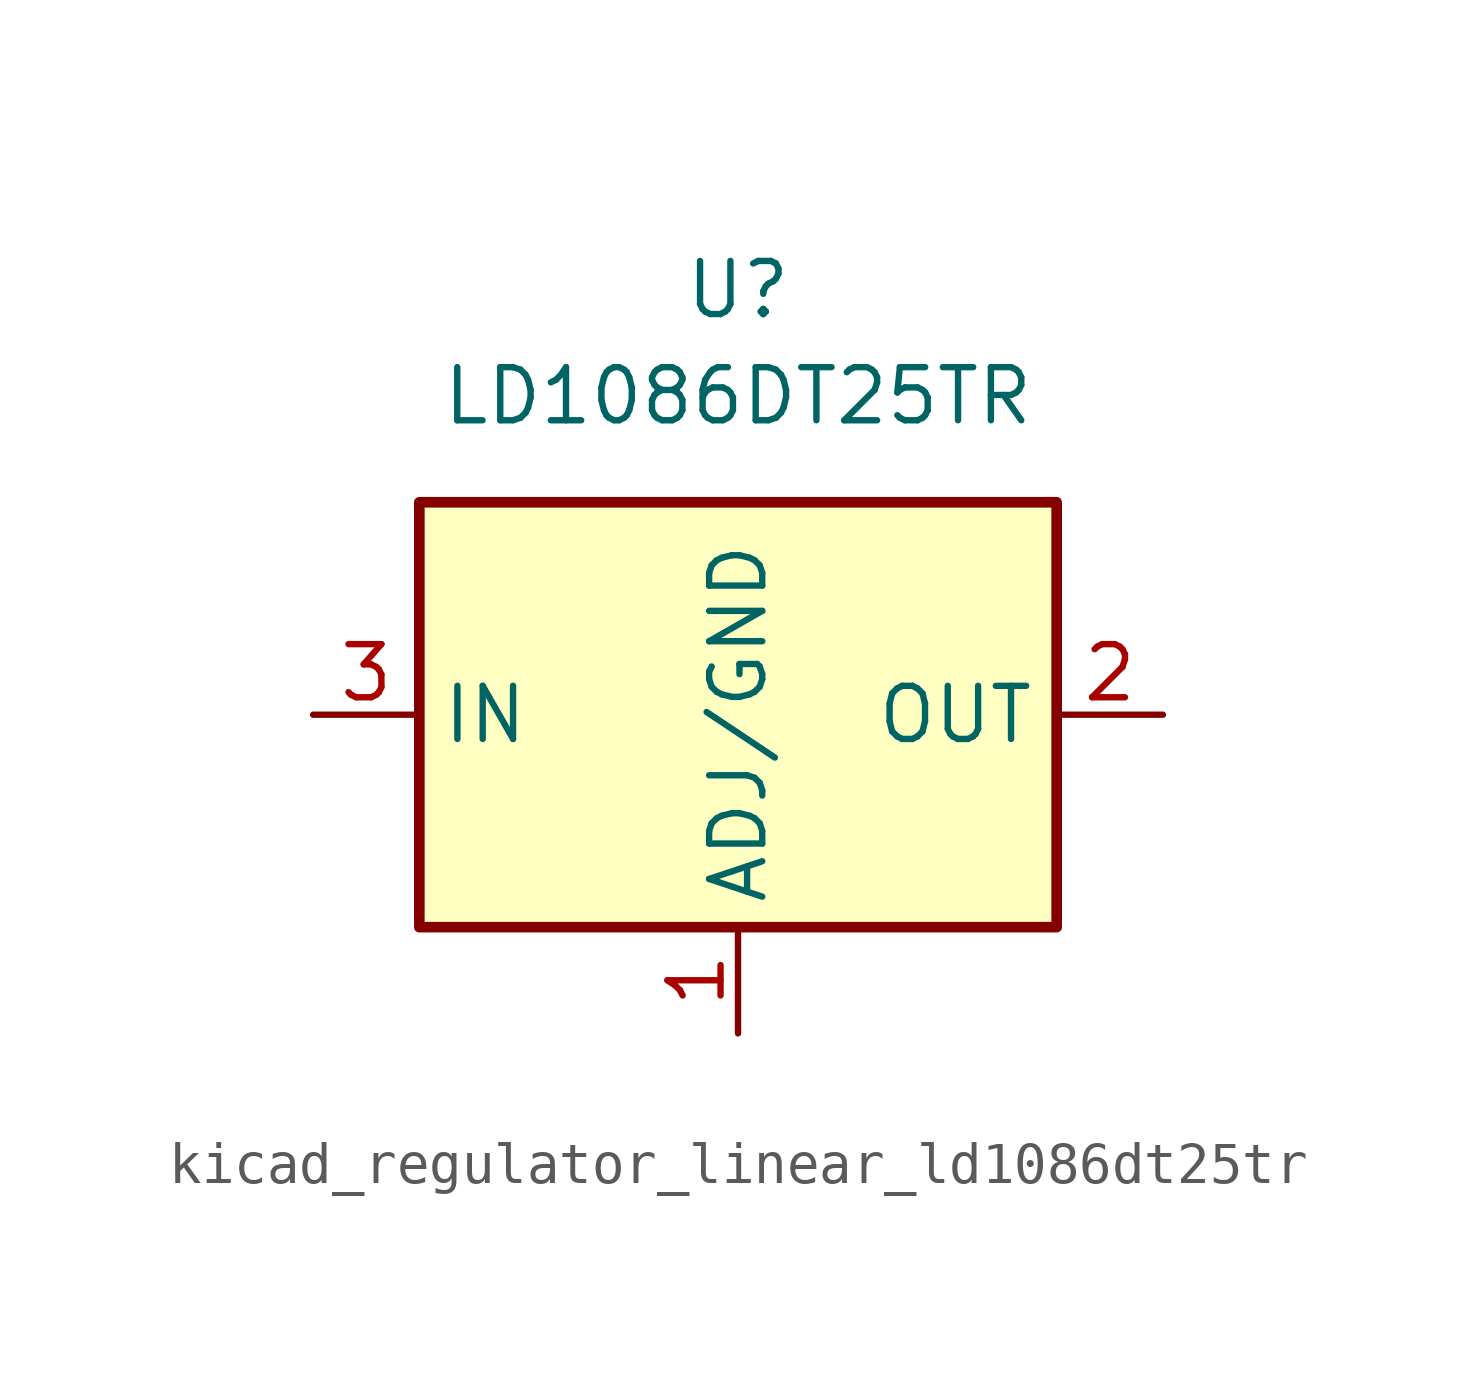
<source format=kicad_sym>
(kicad_symbol_lib
  (version 20220914)
  (generator kicad_symbol_editor)
  (symbol "kicad_regulator_linear_ld1086dt25tr"
    (property "Reference" "U"
      (at 0 10.16 0)
      (effects (font (size 1.27 1.27))))
    (property "Value" "LD1086DT25TR"
      (at 0 7.62 0)
      (effects (font (size 1.27 1.27))))
    (symbol "kicad_regulator_linear_ld1086dt25tr_1_1"
      (rectangle (start -7.62 -5.08) (end 7.62 5.08) (stroke (width 0.254) (type default)) (fill (type background)))
      (pin input line (at 0 -7.62 90) (length 2.54) (name "ADJ/GND" (effects (font (size 1.27 1.27)))) (number "1" (effects (font (size 1.27 1.27)))))
      (pin power_out line (at 10.16 0 180) (length 2.54) (name "OUT" (effects (font (size 1.27 1.27)))) (number "2" (effects (font (size 1.27 1.27)))))
      (pin power_in line (at -10.16 0 0) (length 2.54) (name "IN" (effects (font (size 1.27 1.27)))) (number "3" (effects (font (size 1.27 1.27))))))))
</source>
